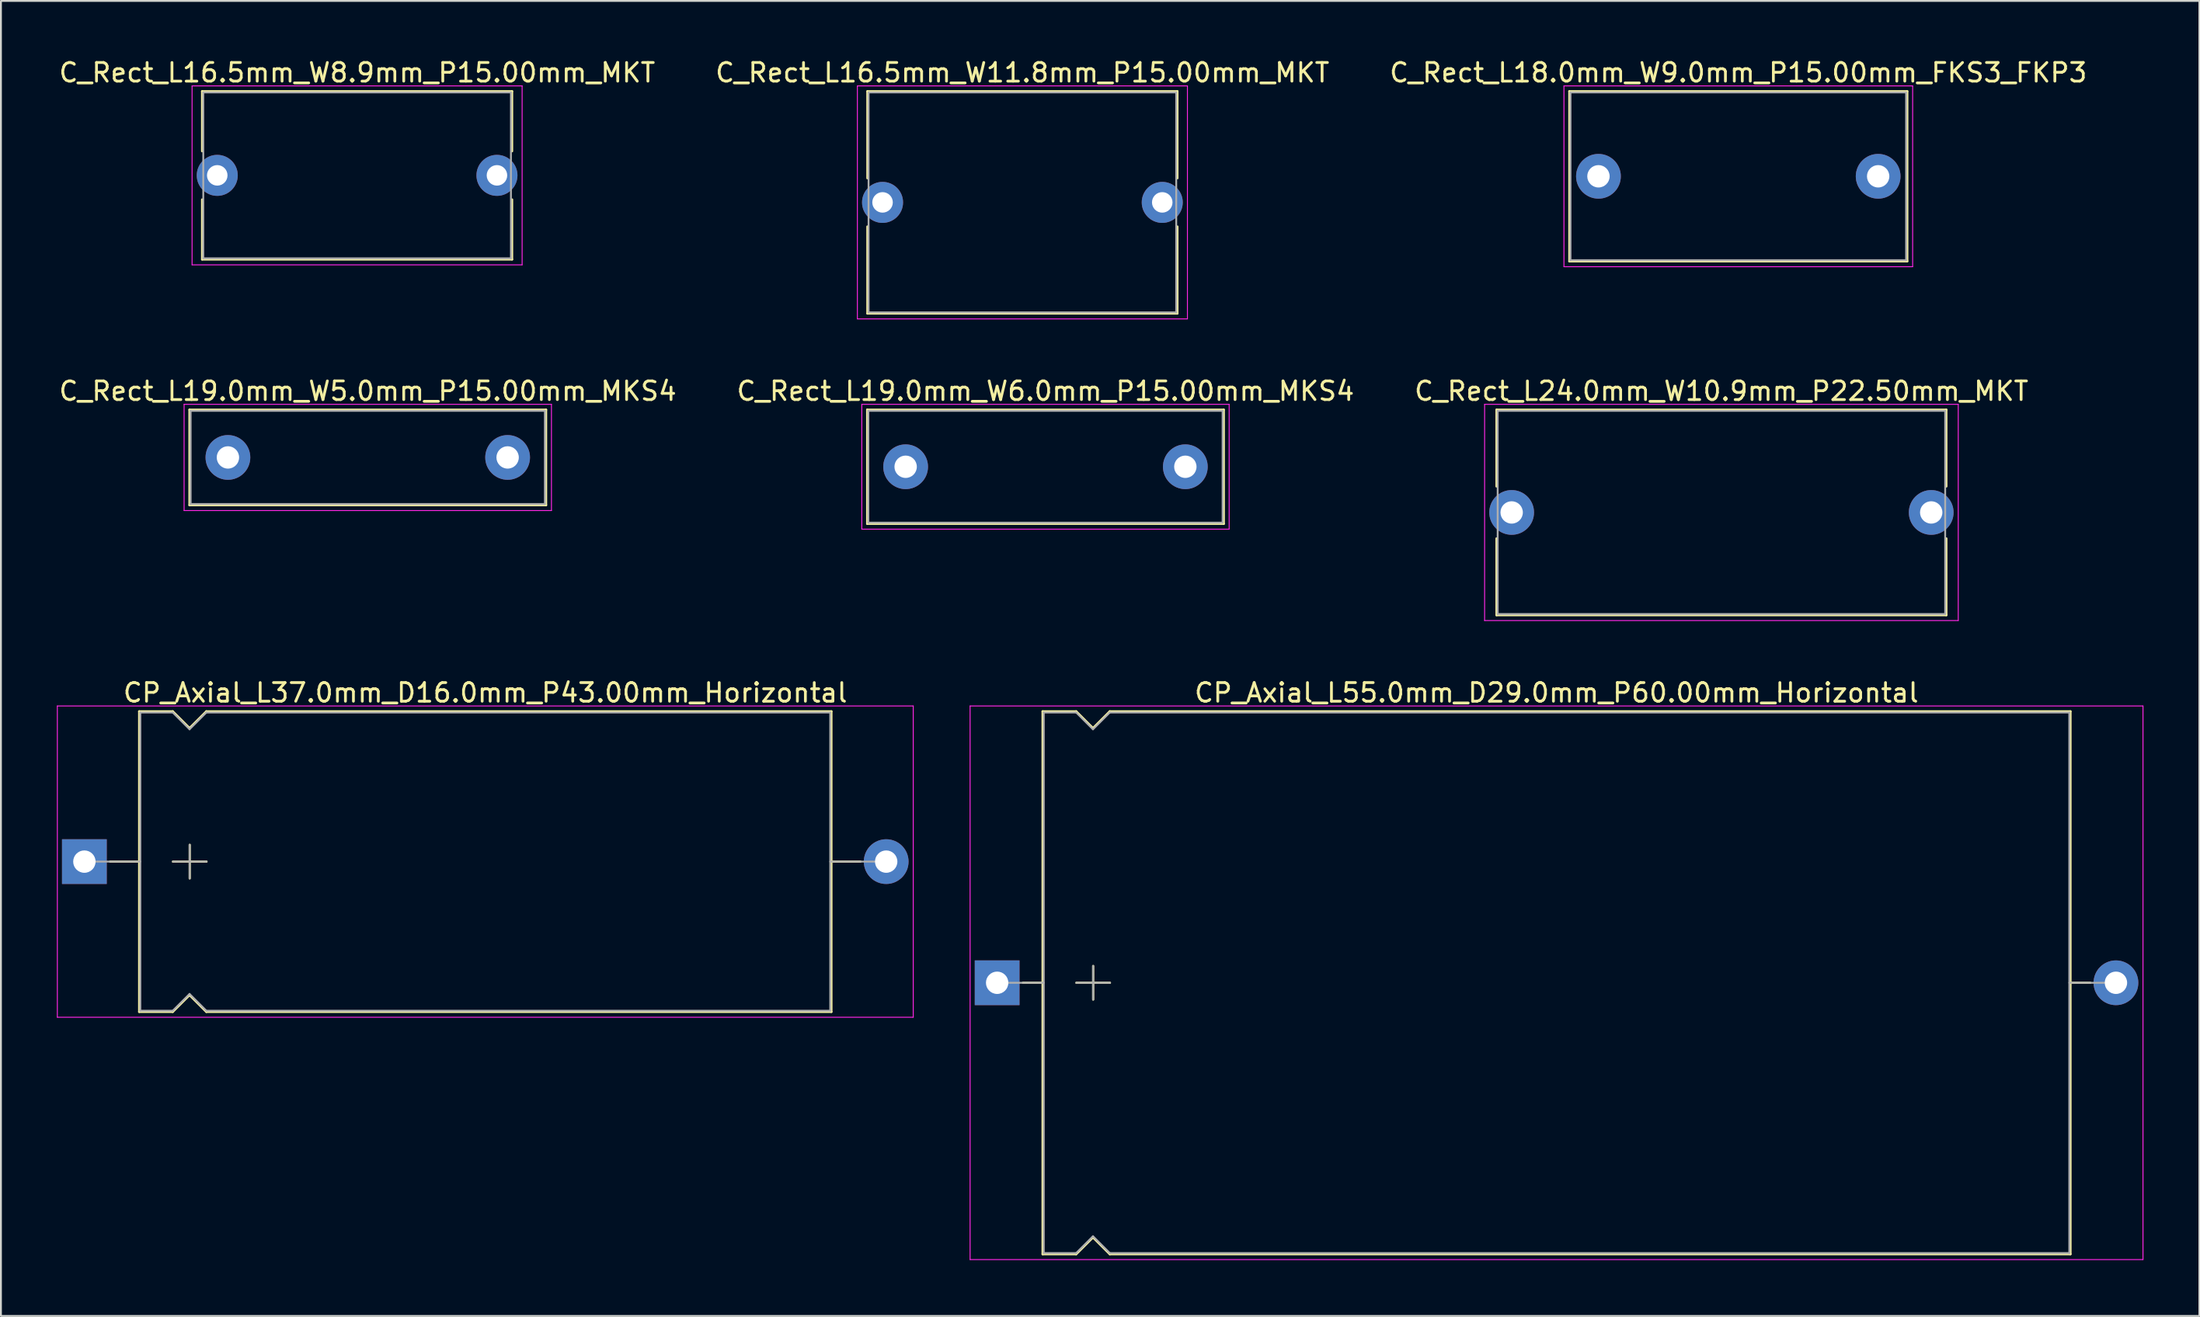
<source format=kicad_pcb>
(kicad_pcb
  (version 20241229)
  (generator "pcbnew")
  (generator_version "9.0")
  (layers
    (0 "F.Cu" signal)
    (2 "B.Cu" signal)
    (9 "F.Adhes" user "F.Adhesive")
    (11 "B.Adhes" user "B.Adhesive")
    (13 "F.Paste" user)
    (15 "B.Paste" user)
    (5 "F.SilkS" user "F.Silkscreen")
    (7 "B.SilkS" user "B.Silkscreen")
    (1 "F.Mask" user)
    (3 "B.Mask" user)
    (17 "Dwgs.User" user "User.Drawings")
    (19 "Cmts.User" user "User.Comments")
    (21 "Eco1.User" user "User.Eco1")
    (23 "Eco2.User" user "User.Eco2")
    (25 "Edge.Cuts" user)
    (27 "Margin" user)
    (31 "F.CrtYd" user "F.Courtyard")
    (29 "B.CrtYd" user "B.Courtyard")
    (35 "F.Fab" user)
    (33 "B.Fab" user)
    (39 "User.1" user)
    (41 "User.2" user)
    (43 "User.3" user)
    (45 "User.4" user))
  (footprint "C_Rect_L16.5mm_W11.8mm_P15.00mm_MKT"
    (layer "F.Cu")
    (at 44.28 7.808)
    (property "Reference" "C_Rect_L16.5mm_W11.8mm_P15.00mm_MKT" (at 7.5 -6.96 0) (layer "F.SilkS") (effects (font (size 1 1) (thickness 0.15))))
    (attr through_hole)
    (fp_line (start -0.81 -5.96) (end -0.81 -1.296) (stroke (width 0.12) (type solid)) (layer "F.SilkS"))
    (fp_line (start -0.81 -5.96) (end 15.81 -5.96) (stroke (width 0.12) (type solid)) (layer "F.SilkS"))
    (fp_line (start -0.81 1.296) (end -0.81 5.96) (stroke (width 0.12) (type solid)) (layer "F.SilkS"))
    (fp_line (start -0.81 5.96) (end 15.81 5.96) (stroke (width 0.12) (type solid)) (layer "F.SilkS"))
    (fp_line (start 15.81 -5.96) (end 15.81 -1.296) (stroke (width 0.12) (type solid)) (layer "F.SilkS"))
    (fp_line (start 15.81 1.296) (end 15.81 5.96) (stroke (width 0.12) (type solid)) (layer "F.SilkS"))
    (fp_line (start -1.35 -6.25) (end -1.35 6.25) (stroke (width 0.05) (type solid)) (layer "F.CrtYd"))
    (fp_line (start -1.35 6.25) (end 16.35 6.25) (stroke (width 0.05) (type solid)) (layer "F.CrtYd"))
    (fp_line (start 16.35 -6.25) (end -1.35 -6.25) (stroke (width 0.05) (type solid)) (layer "F.CrtYd"))
    (fp_line (start 16.35 6.25) (end 16.35 -6.25) (stroke (width 0.05) (type solid)) (layer "F.CrtYd"))
    (fp_line (start -0.75 -5.9) (end -0.75 5.9) (stroke (width 0.1) (type solid)) (layer "F.Fab"))
    (fp_line (start -0.75 5.9) (end 15.75 5.9) (stroke (width 0.1) (type solid)) (layer "F.Fab"))
    (fp_line (start 15.75 -5.9) (end -0.75 -5.9) (stroke (width 0.1) (type solid)) (layer "F.Fab"))
    (fp_line (start 15.75 5.9) (end 15.75 -5.9) (stroke (width 0.1) (type solid)) (layer "F.Fab"))
    (pad "1" thru_hole circle (at 0 0) (size 2.2 2.2) (drill 1.1) (layers "*.Cu" "*.Mask"))
    (pad "2" thru_hole circle (at 15 0) (size 2.2 2.2) (drill 1.1) (layers "*.Cu" "*.Mask")))
  (footprint "CP_Axial_L37.0mm_D16.0mm_P43.00mm_Horizontal"
    (layer "F.Cu")
    (at 1.475 43.175)
    (property "Reference" "CP_Axial_L37.0mm_D16.0mm_P43.00mm_Horizontal" (at 21.5 -9.06 0) (layer "F.SilkS") (effects (font (size 1 1) (thickness 0.15))))
    (attr through_hole)
    (fp_line (start 1.38 0) (end 2.94 0) (stroke (width 0.12) (type solid)) (layer "F.SilkS"))
    (fp_line (start 2.94 -8.06) (end 2.94 8.06) (stroke (width 0.12) (type solid)) (layer "F.SilkS"))
    (fp_line (start 2.94 -8.06) (end 4.74 -8.06) (stroke (width 0.12) (type solid)) (layer "F.SilkS"))
    (fp_line (start 2.94 8.06) (end 4.74 8.06) (stroke (width 0.12) (type solid)) (layer "F.SilkS"))
    (fp_line (start 4.74 -8.06) (end 5.64 -7.16) (stroke (width 0.12) (type solid)) (layer "F.SilkS"))
    (fp_line (start 4.74 8.06) (end 5.64 7.16) (stroke (width 0.12) (type solid)) (layer "F.SilkS"))
    (fp_line (start 4.75 0) (end 6.55 0) (stroke (width 0.12) (type solid)) (layer "F.SilkS"))
    (fp_line (start 5.64 -7.16) (end 6.54 -8.06) (stroke (width 0.12) (type solid)) (layer "F.SilkS"))
    (fp_line (start 5.64 7.16) (end 6.54 8.06) (stroke (width 0.12) (type solid)) (layer "F.SilkS"))
    (fp_line (start 5.65 -0.9) (end 5.65 0.9) (stroke (width 0.12) (type solid)) (layer "F.SilkS"))
    (fp_line (start 6.54 -8.06) (end 40.06 -8.06) (stroke (width 0.12) (type solid)) (layer "F.SilkS"))
    (fp_line (start 6.54 8.06) (end 40.06 8.06) (stroke (width 0.12) (type solid)) (layer "F.SilkS"))
    (fp_line (start 40.06 -8.06) (end 40.06 8.06) (stroke (width 0.12) (type solid)) (layer "F.SilkS"))
    (fp_line (start 41.62 0) (end 40.06 0) (stroke (width 0.12) (type solid)) (layer "F.SilkS"))
    (fp_line (start -1.45 -8.35) (end -1.45 8.35) (stroke (width 0.05) (type solid)) (layer "F.CrtYd"))
    (fp_line (start -1.45 8.35) (end 44.45 8.35) (stroke (width 0.05) (type solid)) (layer "F.CrtYd"))
    (fp_line (start 44.45 -8.35) (end -1.45 -8.35) (stroke (width 0.05) (type solid)) (layer "F.CrtYd"))
    (fp_line (start 44.45 8.35) (end 44.45 -8.35) (stroke (width 0.05) (type solid)) (layer "F.CrtYd"))
    (fp_line (start 0 0) (end 3 0) (stroke (width 0.1) (type solid)) (layer "F.Fab"))
    (fp_line (start 3 -8) (end 3 8) (stroke (width 0.1) (type solid)) (layer "F.Fab"))
    (fp_line (start 3 -8) (end 4.74 -8) (stroke (width 0.1) (type solid)) (layer "F.Fab"))
    (fp_line (start 3 8) (end 4.74 8) (stroke (width 0.1) (type solid)) (layer "F.Fab"))
    (fp_line (start 4.74 -8) (end 5.64 -7.1) (stroke (width 0.1) (type solid)) (layer "F.Fab"))
    (fp_line (start 4.74 8) (end 5.64 7.1) (stroke (width 0.1) (type solid)) (layer "F.Fab"))
    (fp_line (start 4.75 0) (end 6.55 0) (stroke (width 0.1) (type solid)) (layer "F.Fab"))
    (fp_line (start 5.64 -7.1) (end 6.54 -8) (stroke (width 0.1) (type solid)) (layer "F.Fab"))
    (fp_line (start 5.64 7.1) (end 6.54 8) (stroke (width 0.1) (type solid)) (layer "F.Fab"))
    (fp_line (start 5.65 -0.9) (end 5.65 0.9) (stroke (width 0.1) (type solid)) (layer "F.Fab"))
    (fp_line (start 6.54 -8) (end 40 -8) (stroke (width 0.1) (type solid)) (layer "F.Fab"))
    (fp_line (start 6.54 8) (end 40 8) (stroke (width 0.1) (type solid)) (layer "F.Fab"))
    (fp_line (start 40 -8) (end 40 8) (stroke (width 0.1) (type solid)) (layer "F.Fab"))
    (fp_line (start 43 0) (end 40 0) (stroke (width 0.1) (type solid)) (layer "F.Fab"))
    (pad "1" thru_hole rect (at 0 0) (size 2.4 2.4) (drill 1.2) (layers "*.Cu" "*.Mask"))
    (pad "2" thru_hole oval (at 43 0) (size 2.4 2.4) (drill 1.2) (layers "*.Cu" "*.Mask")))
  (footprint "C_Rect_L24.0mm_W10.9mm_P22.50mm_MKT"
    (layer "F.Cu")
    (at 78.018 24.442)
    (property "Reference" "C_Rect_L24.0mm_W10.9mm_P22.50mm_MKT" (at 11.25 -6.51 0) (layer "F.SilkS") (effects (font (size 1 1) (thickness 0.15))))
    (attr through_hole)
    (fp_line (start -0.81 -5.51) (end -0.81 -1.395) (stroke (width 0.12) (type solid)) (layer "F.SilkS"))
    (fp_line (start -0.81 -5.51) (end 23.31 -5.51) (stroke (width 0.12) (type solid)) (layer "F.SilkS"))
    (fp_line (start -0.81 1.395) (end -0.81 5.51) (stroke (width 0.12) (type solid)) (layer "F.SilkS"))
    (fp_line (start -0.81 5.51) (end 23.31 5.51) (stroke (width 0.12) (type solid)) (layer "F.SilkS"))
    (fp_line (start 23.31 -5.51) (end 23.31 -1.395) (stroke (width 0.12) (type solid)) (layer "F.SilkS"))
    (fp_line (start 23.31 1.395) (end 23.31 5.51) (stroke (width 0.12) (type solid)) (layer "F.SilkS"))
    (fp_line (start -1.45 -5.8) (end -1.45 5.8) (stroke (width 0.05) (type solid)) (layer "F.CrtYd"))
    (fp_line (start -1.45 5.8) (end 23.95 5.8) (stroke (width 0.05) (type solid)) (layer "F.CrtYd"))
    (fp_line (start 23.95 -5.8) (end -1.45 -5.8) (stroke (width 0.05) (type solid)) (layer "F.CrtYd"))
    (fp_line (start 23.95 5.8) (end 23.95 -5.8) (stroke (width 0.05) (type solid)) (layer "F.CrtYd"))
    (fp_line (start -0.75 -5.45) (end -0.75 5.45) (stroke (width 0.1) (type solid)) (layer "F.Fab"))
    (fp_line (start -0.75 5.45) (end 23.25 5.45) (stroke (width 0.1) (type solid)) (layer "F.Fab"))
    (fp_line (start 23.25 -5.45) (end -0.75 -5.45) (stroke (width 0.1) (type solid)) (layer "F.Fab"))
    (fp_line (start 23.25 5.45) (end 23.25 -5.45) (stroke (width 0.1) (type solid)) (layer "F.Fab"))
    (pad "1" thru_hole circle (at 0 0) (size 2.4 2.4) (drill 1.2) (layers "*.Cu" "*.Mask"))
    (pad "2" thru_hole circle (at 22.5 0) (size 2.4 2.4) (drill 1.2) (layers "*.Cu" "*.Mask")))
  (footprint "C_Rect_L19.0mm_W5.0mm_P15.00mm_MKS4"
    (layer "F.Cu")
    (at 9.173 21.491)
    (property "Reference" "C_Rect_L19.0mm_W5.0mm_P15.00mm_MKS4" (at 7.5 -3.56 0) (layer "F.SilkS") (effects (font (size 1 1) (thickness 0.15))))
    (attr through_hole)
    (fp_line (start -2.06 -2.56) (end -2.06 2.56) (stroke (width 0.12) (type solid)) (layer "F.SilkS"))
    (fp_line (start -2.06 -2.56) (end 17.06 -2.56) (stroke (width 0.12) (type solid)) (layer "F.SilkS"))
    (fp_line (start -2.06 2.56) (end 17.06 2.56) (stroke (width 0.12) (type solid)) (layer "F.SilkS"))
    (fp_line (start 17.06 -2.56) (end 17.06 2.56) (stroke (width 0.12) (type solid)) (layer "F.SilkS"))
    (fp_line (start -2.35 -2.85) (end -2.35 2.85) (stroke (width 0.05) (type solid)) (layer "F.CrtYd"))
    (fp_line (start -2.35 2.85) (end 17.35 2.85) (stroke (width 0.05) (type solid)) (layer "F.CrtYd"))
    (fp_line (start 17.35 -2.85) (end -2.35 -2.85) (stroke (width 0.05) (type solid)) (layer "F.CrtYd"))
    (fp_line (start 17.35 2.85) (end 17.35 -2.85) (stroke (width 0.05) (type solid)) (layer "F.CrtYd"))
    (fp_line (start -2 -2.5) (end -2 2.5) (stroke (width 0.1) (type solid)) (layer "F.Fab"))
    (fp_line (start -2 2.5) (end 17 2.5) (stroke (width 0.1) (type solid)) (layer "F.Fab"))
    (fp_line (start 17 -2.5) (end -2 -2.5) (stroke (width 0.1) (type solid)) (layer "F.Fab"))
    (fp_line (start 17 2.5) (end 17 -2.5) (stroke (width 0.1) (type solid)) (layer "F.Fab"))
    (pad "1" thru_hole circle (at 0 0) (size 2.4 2.4) (drill 1.2) (layers "*.Cu" "*.Mask"))
    (pad "2" thru_hole circle (at 15 0) (size 2.4 2.4) (drill 1.2) (layers "*.Cu" "*.Mask")))
  (footprint "C_Rect_L18.0mm_W9.0mm_P15.00mm_FKS3_FKP3"
    (layer "F.Cu")
    (at 82.673 6.408)
    (property "Reference" "C_Rect_L18.0mm_W9.0mm_P15.00mm_FKS3_FKP3" (at 7.5 -5.56 0) (layer "F.SilkS") (effects (font (size 1 1) (thickness 0.15))))
    (attr through_hole)
    (fp_line (start -1.56 -4.56) (end -1.56 4.56) (stroke (width 0.12) (type solid)) (layer "F.SilkS"))
    (fp_line (start -1.56 -4.56) (end 16.56 -4.56) (stroke (width 0.12) (type solid)) (layer "F.SilkS"))
    (fp_line (start -1.56 4.56) (end 16.56 4.56) (stroke (width 0.12) (type solid)) (layer "F.SilkS"))
    (fp_line (start 16.56 -4.56) (end 16.56 4.56) (stroke (width 0.12) (type solid)) (layer "F.SilkS"))
    (fp_line (start -1.85 -4.85) (end -1.85 4.85) (stroke (width 0.05) (type solid)) (layer "F.CrtYd"))
    (fp_line (start -1.85 4.85) (end 16.85 4.85) (stroke (width 0.05) (type solid)) (layer "F.CrtYd"))
    (fp_line (start 16.85 -4.85) (end -1.85 -4.85) (stroke (width 0.05) (type solid)) (layer "F.CrtYd"))
    (fp_line (start 16.85 4.85) (end 16.85 -4.85) (stroke (width 0.05) (type solid)) (layer "F.CrtYd"))
    (fp_line (start -1.5 -4.5) (end -1.5 4.5) (stroke (width 0.1) (type solid)) (layer "F.Fab"))
    (fp_line (start -1.5 4.5) (end 16.5 4.5) (stroke (width 0.1) (type solid)) (layer "F.Fab"))
    (fp_line (start 16.5 -4.5) (end -1.5 -4.5) (stroke (width 0.1) (type solid)) (layer "F.Fab"))
    (fp_line (start 16.5 4.5) (end 16.5 -4.5) (stroke (width 0.1) (type solid)) (layer "F.Fab"))
    (pad "1" thru_hole circle (at 0 0) (size 2.4 2.4) (drill 1.2) (layers "*.Cu" "*.Mask"))
    (pad "2" thru_hole circle (at 15 0) (size 2.4 2.4) (drill 1.2) (layers "*.Cu" "*.Mask")))
  (footprint "C_Rect_L19.0mm_W6.0mm_P15.00mm_MKS4"
    (layer "F.Cu")
    (at 45.518 21.991)
    (property "Reference" "C_Rect_L19.0mm_W6.0mm_P15.00mm_MKS4" (at 7.5 -4.06 0) (layer "F.SilkS") (effects (font (size 1 1) (thickness 0.15))))
    (attr through_hole)
    (fp_line (start -2.06 -3.06) (end -2.06 3.06) (stroke (width 0.12) (type solid)) (layer "F.SilkS"))
    (fp_line (start -2.06 -3.06) (end 17.06 -3.06) (stroke (width 0.12) (type solid)) (layer "F.SilkS"))
    (fp_line (start -2.06 3.06) (end 17.06 3.06) (stroke (width 0.12) (type solid)) (layer "F.SilkS"))
    (fp_line (start 17.06 -3.06) (end 17.06 3.06) (stroke (width 0.12) (type solid)) (layer "F.SilkS"))
    (fp_line (start -2.35 -3.35) (end -2.35 3.35) (stroke (width 0.05) (type solid)) (layer "F.CrtYd"))
    (fp_line (start -2.35 3.35) (end 17.35 3.35) (stroke (width 0.05) (type solid)) (layer "F.CrtYd"))
    (fp_line (start 17.35 -3.35) (end -2.35 -3.35) (stroke (width 0.05) (type solid)) (layer "F.CrtYd"))
    (fp_line (start 17.35 3.35) (end 17.35 -3.35) (stroke (width 0.05) (type solid)) (layer "F.CrtYd"))
    (fp_line (start -2 -3) (end -2 3) (stroke (width 0.1) (type solid)) (layer "F.Fab"))
    (fp_line (start -2 3) (end 17 3) (stroke (width 0.1) (type solid)) (layer "F.Fab"))
    (fp_line (start 17 -3) (end -2 -3) (stroke (width 0.1) (type solid)) (layer "F.Fab"))
    (fp_line (start 17 3) (end 17 -3) (stroke (width 0.1) (type solid)) (layer "F.Fab"))
    (pad "1" thru_hole circle (at 0 0) (size 2.4 2.4) (drill 1.2) (layers "*.Cu" "*.Mask"))
    (pad "2" thru_hole circle (at 15 0) (size 2.4 2.4) (drill 1.2) (layers "*.Cu" "*.Mask")))
  (footprint "C_Rect_L16.5mm_W8.9mm_P15.00mm_MKT"
    (layer "F.Cu")
    (at 8.601 6.358)
    (property "Reference" "C_Rect_L16.5mm_W8.9mm_P15.00mm_MKT" (at 7.5 -5.51 0) (layer "F.SilkS") (effects (font (size 1 1) (thickness 0.15))))
    (attr through_hole)
    (fp_line (start -0.81 -4.51) (end -0.81 -1.296) (stroke (width 0.12) (type solid)) (layer "F.SilkS"))
    (fp_line (start -0.81 -4.51) (end 15.81 -4.51) (stroke (width 0.12) (type solid)) (layer "F.SilkS"))
    (fp_line (start -0.81 1.296) (end -0.81 4.51) (stroke (width 0.12) (type solid)) (layer "F.SilkS"))
    (fp_line (start -0.81 4.51) (end 15.81 4.51) (stroke (width 0.12) (type solid)) (layer "F.SilkS"))
    (fp_line (start 15.81 -4.51) (end 15.81 -1.296) (stroke (width 0.12) (type solid)) (layer "F.SilkS"))
    (fp_line (start 15.81 1.296) (end 15.81 4.51) (stroke (width 0.12) (type solid)) (layer "F.SilkS"))
    (fp_line (start -1.35 -4.8) (end -1.35 4.8) (stroke (width 0.05) (type solid)) (layer "F.CrtYd"))
    (fp_line (start -1.35 4.8) (end 16.35 4.8) (stroke (width 0.05) (type solid)) (layer "F.CrtYd"))
    (fp_line (start 16.35 -4.8) (end -1.35 -4.8) (stroke (width 0.05) (type solid)) (layer "F.CrtYd"))
    (fp_line (start 16.35 4.8) (end 16.35 -4.8) (stroke (width 0.05) (type solid)) (layer "F.CrtYd"))
    (fp_line (start -0.75 -4.45) (end -0.75 4.45) (stroke (width 0.1) (type solid)) (layer "F.Fab"))
    (fp_line (start -0.75 4.45) (end 15.75 4.45) (stroke (width 0.1) (type solid)) (layer "F.Fab"))
    (fp_line (start 15.75 -4.45) (end -0.75 -4.45) (stroke (width 0.1) (type solid)) (layer "F.Fab"))
    (fp_line (start 15.75 4.45) (end 15.75 -4.45) (stroke (width 0.1) (type solid)) (layer "F.Fab"))
    (pad "1" thru_hole circle (at 0 0) (size 2.2 2.2) (drill 1.1) (layers "*.Cu" "*.Mask"))
    (pad "2" thru_hole circle (at 15 0) (size 2.2 2.2) (drill 1.1) (layers "*.Cu" "*.Mask")))
  (footprint "CP_Axial_L55.0mm_D29.0mm_P60.00mm_Horizontal"
    (layer "F.Cu")
    (at 50.425 49.675)
    (property "Reference" "CP_Axial_L55.0mm_D29.0mm_P60.00mm_Horizontal" (at 30 -15.56 0) (layer "F.SilkS") (effects (font (size 1 1) (thickness 0.15))))
    (attr through_hole)
    (fp_line (start 1.38 0) (end 2.44 0) (stroke (width 0.12) (type solid)) (layer "F.SilkS"))
    (fp_line (start 2.44 -14.56) (end 2.44 14.56) (stroke (width 0.12) (type solid)) (layer "F.SilkS"))
    (fp_line (start 2.44 -14.56) (end 4.24 -14.56) (stroke (width 0.12) (type solid)) (layer "F.SilkS"))
    (fp_line (start 2.44 14.56) (end 4.24 14.56) (stroke (width 0.12) (type solid)) (layer "F.SilkS"))
    (fp_line (start 4.24 -14.56) (end 5.14 -13.66) (stroke (width 0.12) (type solid)) (layer "F.SilkS"))
    (fp_line (start 4.24 14.56) (end 5.14 13.66) (stroke (width 0.12) (type solid)) (layer "F.SilkS"))
    (fp_line (start 4.25 0) (end 6.05 0) (stroke (width 0.12) (type solid)) (layer "F.SilkS"))
    (fp_line (start 5.14 -13.66) (end 6.04 -14.56) (stroke (width 0.12) (type solid)) (layer "F.SilkS"))
    (fp_line (start 5.14 13.66) (end 6.04 14.56) (stroke (width 0.12) (type solid)) (layer "F.SilkS"))
    (fp_line (start 5.15 -0.9) (end 5.15 0.9) (stroke (width 0.12) (type solid)) (layer "F.SilkS"))
    (fp_line (start 6.04 -14.56) (end 57.56 -14.56) (stroke (width 0.12) (type solid)) (layer "F.SilkS"))
    (fp_line (start 6.04 14.56) (end 57.56 14.56) (stroke (width 0.12) (type solid)) (layer "F.SilkS"))
    (fp_line (start 57.56 -14.56) (end 57.56 14.56) (stroke (width 0.12) (type solid)) (layer "F.SilkS"))
    (fp_line (start 58.62 0) (end 57.56 0) (stroke (width 0.12) (type solid)) (layer "F.SilkS"))
    (fp_line (start -1.45 -14.85) (end -1.45 14.85) (stroke (width 0.05) (type solid)) (layer "F.CrtYd"))
    (fp_line (start -1.45 14.85) (end 61.45 14.85) (stroke (width 0.05) (type solid)) (layer "F.CrtYd"))
    (fp_line (start 61.45 -14.85) (end -1.45 -14.85) (stroke (width 0.05) (type solid)) (layer "F.CrtYd"))
    (fp_line (start 61.45 14.85) (end 61.45 -14.85) (stroke (width 0.05) (type solid)) (layer "F.CrtYd"))
    (fp_line (start 0 0) (end 2.5 0) (stroke (width 0.1) (type solid)) (layer "F.Fab"))
    (fp_line (start 2.5 -14.5) (end 2.5 14.5) (stroke (width 0.1) (type solid)) (layer "F.Fab"))
    (fp_line (start 2.5 -14.5) (end 4.24 -14.5) (stroke (width 0.1) (type solid)) (layer "F.Fab"))
    (fp_line (start 2.5 14.5) (end 4.24 14.5) (stroke (width 0.1) (type solid)) (layer "F.Fab"))
    (fp_line (start 4.24 -14.5) (end 5.14 -13.6) (stroke (width 0.1) (type solid)) (layer "F.Fab"))
    (fp_line (start 4.24 14.5) (end 5.14 13.6) (stroke (width 0.1) (type solid)) (layer "F.Fab"))
    (fp_line (start 4.25 0) (end 6.05 0) (stroke (width 0.1) (type solid)) (layer "F.Fab"))
    (fp_line (start 5.14 -13.6) (end 6.04 -14.5) (stroke (width 0.1) (type solid)) (layer "F.Fab"))
    (fp_line (start 5.14 13.6) (end 6.04 14.5) (stroke (width 0.1) (type solid)) (layer "F.Fab"))
    (fp_line (start 5.15 -0.9) (end 5.15 0.9) (stroke (width 0.1) (type solid)) (layer "F.Fab"))
    (fp_line (start 6.04 -14.5) (end 57.5 -14.5) (stroke (width 0.1) (type solid)) (layer "F.Fab"))
    (fp_line (start 6.04 14.5) (end 57.5 14.5) (stroke (width 0.1) (type solid)) (layer "F.Fab"))
    (fp_line (start 57.5 -14.5) (end 57.5 14.5) (stroke (width 0.1) (type solid)) (layer "F.Fab"))
    (fp_line (start 60 0) (end 57.5 0) (stroke (width 0.1) (type solid)) (layer "F.Fab"))
    (pad "1" thru_hole rect (at 0 0) (size 2.4 2.4) (drill 1.2) (layers "*.Cu" "*.Mask"))
    (pad "2" thru_hole oval (at 60 0) (size 2.4 2.4) (drill 1.2) (layers "*.Cu" "*.Mask")))
  (gr_rect
    (start -3 -3)
    (end 114.9 67.55)
    (stroke (width 0.1) (type default))
    (fill no)
    (layer "Edge.Cuts")))
</source>
